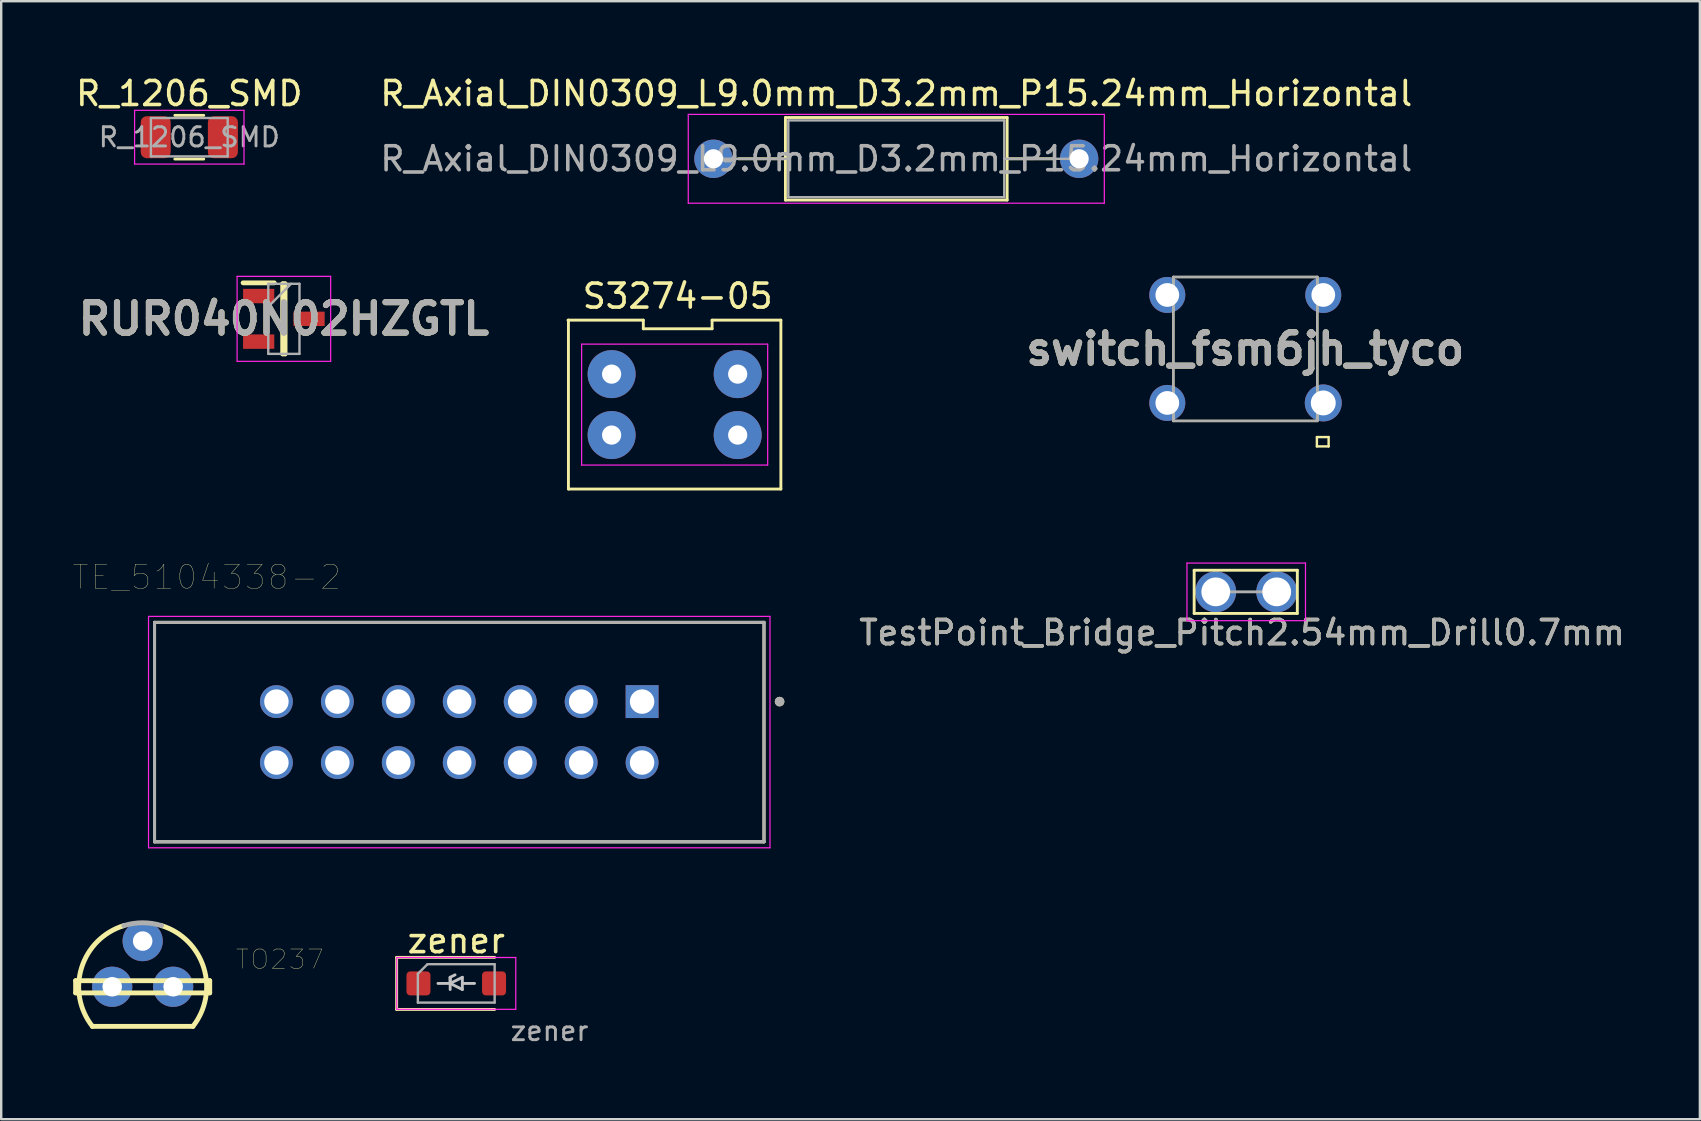
<source format=kicad_pcb>
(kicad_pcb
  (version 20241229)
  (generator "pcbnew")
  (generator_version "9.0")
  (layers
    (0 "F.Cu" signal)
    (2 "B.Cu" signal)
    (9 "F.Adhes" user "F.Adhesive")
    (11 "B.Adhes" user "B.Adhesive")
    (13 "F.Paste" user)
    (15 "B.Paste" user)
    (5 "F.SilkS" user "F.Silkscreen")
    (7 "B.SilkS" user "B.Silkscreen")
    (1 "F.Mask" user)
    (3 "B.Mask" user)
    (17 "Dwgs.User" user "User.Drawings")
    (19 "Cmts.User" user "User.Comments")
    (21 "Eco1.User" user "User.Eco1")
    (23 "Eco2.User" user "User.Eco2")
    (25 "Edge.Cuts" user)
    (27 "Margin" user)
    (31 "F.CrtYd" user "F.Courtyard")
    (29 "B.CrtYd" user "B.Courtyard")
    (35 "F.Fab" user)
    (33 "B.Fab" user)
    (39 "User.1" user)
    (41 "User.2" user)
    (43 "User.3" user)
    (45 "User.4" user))
  (footprint "S3274-05"
    (layer "F.Cu")
    (at 36.243 14.447)
    (property "Reference" "S3274-05" (at -11.049 -5.155 0) (layer "F.SilkS") (effects (font (size 1 1) (thickness 0.15))))
    (attr through_hole)
    (fp_line (start -15.603 -4.155) (end -15.603 2.885) (stroke (width 0.12) (type solid)) (layer "F.SilkS"))
    (fp_line (start -15.603 2.885) (end -6.749 2.885) (stroke (width 0.12) (type solid)) (layer "F.SilkS"))
    (fp_line (start -12.482 -4.155) (end -15.621 -4.155) (stroke (width 0.12) (type solid)) (layer "F.SilkS"))
    (fp_line (start -12.482 -3.795) (end -12.482 -4.155) (stroke (width 0.12) (type solid)) (layer "F.SilkS"))
    (fp_line (start -9.616 -4.155) (end -9.616 -3.795) (stroke (width 0.12) (type solid)) (layer "F.SilkS"))
    (fp_line (start -9.616 -3.795) (end -12.482 -3.795) (stroke (width 0.12) (type solid)) (layer "F.SilkS"))
    (fp_line (start -6.749 -4.155) (end -9.616 -4.155) (stroke (width 0.12) (type solid)) (layer "F.SilkS"))
    (fp_line (start -6.749 2.885) (end -6.749 -4.155) (stroke (width 0.12) (type solid)) (layer "F.SilkS"))
    (fp_line (start -15.053 -3.155) (end -7.299 -3.155) (stroke (width 0.05) (type solid)) (layer "F.CrtYd"))
    (fp_line (start -15.053 1.885) (end -15.053 -3.155) (stroke (width 0.05) (type solid)) (layer "F.CrtYd"))
    (fp_line (start -7.299 -3.155) (end -7.299 1.885) (stroke (width 0.05) (type solid)) (layer "F.CrtYd"))
    (fp_line (start -7.299 1.885) (end -15.053 1.885) (stroke (width 0.05) (type solid)) (layer "F.CrtYd"))
    (pad "1" thru_hole circle (at -13.803 -1.905 270) (size 2 2) (drill 0.8) (layers "*.Cu" "*.Mask"))
    (pad "2" thru_hole circle (at -13.803 0.635 270) (size 2 2) (drill 0.8) (layers "*.Cu" "*.Mask"))
    (pad "3" thru_hole circle (at -8.549 0.635 270) (size 2 2) (drill 0.8) (layers "*.Cu" "*.Mask"))
    (pad "4" thru_hole circle (at -8.549 -1.905 270) (size 2 2) (drill 0.8) (layers "*.Cu" "*.Mask")))
  (footprint "TO237"
    (layer "F.Cu")
    (at 2.896 38.075)
    (property "Reference" "TO237" (at 5.715 -1.143 0) (layer "F.SilkS") (effects (font (size 0.8 0.8) (thickness 0.015))))
    (attr through_hole)
    (fp_line (start -2.794 -0.254) (end 2.794 -0.254) (stroke (width 0.203) (type solid)) (layer "F.SilkS"))
    (fp_line (start -2.794 0.254) (end -2.794 -0.254) (stroke (width 0.203) (type solid)) (layer "F.SilkS"))
    (fp_line (start -2.095 1.651) (end 2.095 1.651) (stroke (width 0.203) (type solid)) (layer "F.SilkS"))
    (fp_line (start 2.794 -0.254) (end 2.794 0.254) (stroke (width 0.203) (type solid)) (layer "F.SilkS"))
    (fp_line (start 2.794 0.254) (end -2.794 0.254) (stroke (width 0.203) (type solid)) (layer "F.SilkS"))
    (fp_arc (start -2.0946 1.651) (mid -2.54634 -0.793276) (end -0.7863 -2.5485) (stroke (width 0.2032) (type solid)) (layer "F.SilkS"))
    (fp_arc (start 0.786299 -2.5484) (mid 2.546275 -0.793203) (end 2.0945 1.651) (stroke (width 0.2032) (type solid)) (layer "F.SilkS"))
    (fp_arc (start -0.7863 -2.5485) (mid 0 -2.667043) (end 0.7863 -2.5485) (stroke (width 0.2032) (type solid)) (layer "F.Fab"))
    (pad "1" thru_hole circle (at 1.27 0) (size 1.676 1.676) (drill 0.813) (layers "*.Cu" "*.Mask"))
    (pad "2" thru_hole circle (at 0 -1.905) (size 1.676 1.676) (drill 0.813) (layers "*.Cu" "*.Mask"))
    (pad "3" thru_hole circle (at -1.27 0) (size 1.676 1.676) (drill 0.813) (layers "*.Cu" "*.Mask")))
  (footprint "R_1206_SMD"
    (layer "F.Cu")
    (at 4.839 2.668)
    (property "Reference" "R_1206_SMD" (at 0 -1.82 0) (layer "F.SilkS") (effects (font (size 1 1) (thickness 0.15))))
    (attr smd)
    (fp_line (start -0.602 -0.91) (end 0.602 -0.91) (stroke (width 0.12) (type solid)) (layer "F.SilkS"))
    (fp_line (start -0.602 0.91) (end 0.602 0.91) (stroke (width 0.12) (type solid)) (layer "F.SilkS"))
    (fp_line (start -2.28 -1.12) (end 2.28 -1.12) (stroke (width 0.05) (type solid)) (layer "F.CrtYd"))
    (fp_line (start -2.28 1.12) (end -2.28 -1.12) (stroke (width 0.05) (type solid)) (layer "F.CrtYd"))
    (fp_line (start 2.28 -1.12) (end 2.28 1.12) (stroke (width 0.05) (type solid)) (layer "F.CrtYd"))
    (fp_line (start 2.28 1.12) (end -2.28 1.12) (stroke (width 0.05) (type solid)) (layer "F.CrtYd"))
    (fp_line (start -1.6 -0.8) (end 1.6 -0.8) (stroke (width 0.1) (type solid)) (layer "F.Fab"))
    (fp_line (start -1.6 0.8) (end -1.6 -0.8) (stroke (width 0.1) (type solid)) (layer "F.Fab"))
    (fp_line (start 1.6 -0.8) (end 1.6 0.8) (stroke (width 0.1) (type solid)) (layer "F.Fab"))
    (fp_line (start 1.6 0.8) (end -1.6 0.8) (stroke (width 0.1) (type solid)) (layer "F.Fab"))
    (fp_text user "${REFERENCE}" (at 0 0 0) (layer "F.Fab") (effects (font (size 0.8 0.8) (thickness 0.12))))
    (pad "1" smd roundrect (at -1.4 0) (size 1.25 1.75) (layers "F.Cu" "F.Mask" "F.Paste") (roundrect_rratio 0.2))
    (pad "2" smd roundrect (at 1.4 0) (size 1.25 1.75) (layers "F.Cu" "F.Mask" "F.Paste") (roundrect_rratio 0.2)))
  (footprint "switch_fsm6jh_tyco"
    (layer "F.Cu")
    (at 48.849 11.493)
    (property "Reference" "switch_fsm6jh_tyco" (at 0 0 0) (layer "F.SilkS") (effects (font (size 1.27 1.27) (thickness 0.254))))
    (attr through_hole)
    (fp_line (start -3 -3) (end 3 -3) (stroke (width 0.1) (type solid)) (layer "F.SilkS"))
    (fp_line (start -3 3) (end -3 -3) (stroke (width 0.1) (type solid)) (layer "F.SilkS"))
    (fp_line (start 2.984 3.672) (end 3.473 3.672) (stroke (width 0.1) (type solid)) (layer "F.SilkS"))
    (fp_line (start 2.984 4.062) (end 2.984 3.672) (stroke (width 0.1) (type solid)) (layer "F.SilkS"))
    (fp_line (start 3 -3) (end 3 3) (stroke (width 0.1) (type solid)) (layer "F.SilkS"))
    (fp_line (start 3 3) (end -3 3) (stroke (width 0.1) (type solid)) (layer "F.SilkS"))
    (fp_line (start 3.473 3.672) (end 3.473 4.062) (stroke (width 0.1) (type solid)) (layer "F.SilkS"))
    (fp_line (start 3.473 4.062) (end 2.984 4.062) (stroke (width 0.1) (type solid)) (layer "F.SilkS"))
    (fp_line (start -3 -3) (end 3 -3) (stroke (width 0.1) (type solid)) (layer "F.Fab"))
    (fp_line (start -3 3) (end -3 -3) (stroke (width 0.1) (type solid)) (layer "F.Fab"))
    (fp_line (start 3 -3) (end 3 3) (stroke (width 0.1) (type solid)) (layer "F.Fab"))
    (fp_line (start 3 3) (end -3 3) (stroke (width 0.1) (type solid)) (layer "F.Fab"))
    (fp_text user "${REFERENCE}" (at 0 0 0) (layer "F.Fab") (effects (font (size 1.27 1.27) (thickness 0.254))))
    (pad "1" thru_hole circle (at 3.25 2.25) (size 1.54 1.54) (drill 1.04) (layers "*.Cu" "*.Mask"))
    (pad "2" thru_hole circle (at -3.25 2.25) (size 1.5 1.5) (drill 0.99) (layers "*.Cu" "*.Mask"))
    (pad "3" thru_hole circle (at 3.25 -2.25) (size 1.5 1.5) (drill 0.99) (layers "*.Cu" "*.Mask"))
    (pad "4" thru_hole circle (at -3.25 -2.25) (size 1.5 1.5) (drill 0.99) (layers "*.Cu" "*.Mask")))
  (footprint "R_Axial_DIN0309_L9.0mm_D3.2mm_P15.24mm_Horizontal"
    (layer "F.Cu")
    (at 26.684 3.568)
    (property "Reference" "R_Axial_DIN0309_L9.0mm_D3.2mm_P15.24mm_Horizontal" (at 7.62 -2.72 0) (layer "F.SilkS") (effects (font (size 1 1) (thickness 0.15))))
    (attr through_hole)
    (fp_line (start 1.04 0) (end 3 0) (stroke (width 0.12) (type solid)) (layer "F.SilkS"))
    (fp_line (start 3 -1.72) (end 3 1.72) (stroke (width 0.12) (type solid)) (layer "F.SilkS"))
    (fp_line (start 3 1.72) (end 12.24 1.72) (stroke (width 0.12) (type solid)) (layer "F.SilkS"))
    (fp_line (start 12.24 -1.72) (end 3 -1.72) (stroke (width 0.12) (type solid)) (layer "F.SilkS"))
    (fp_line (start 12.24 1.72) (end 12.24 -1.72) (stroke (width 0.12) (type solid)) (layer "F.SilkS"))
    (fp_line (start 14.2 0) (end 12.24 0) (stroke (width 0.12) (type solid)) (layer "F.SilkS"))
    (fp_line (start -1.05 -1.85) (end -1.05 1.85) (stroke (width 0.05) (type solid)) (layer "F.CrtYd"))
    (fp_line (start -1.05 1.85) (end 16.29 1.85) (stroke (width 0.05) (type solid)) (layer "F.CrtYd"))
    (fp_line (start 16.29 -1.85) (end -1.05 -1.85) (stroke (width 0.05) (type solid)) (layer "F.CrtYd"))
    (fp_line (start 16.29 1.85) (end 16.29 -1.85) (stroke (width 0.05) (type solid)) (layer "F.CrtYd"))
    (fp_line (start 0 0) (end 3.12 0) (stroke (width 0.1) (type solid)) (layer "F.Fab"))
    (fp_line (start 3.12 -1.6) (end 3.12 1.6) (stroke (width 0.1) (type solid)) (layer "F.Fab"))
    (fp_line (start 3.12 1.6) (end 12.12 1.6) (stroke (width 0.1) (type solid)) (layer "F.Fab"))
    (fp_line (start 12.12 -1.6) (end 3.12 -1.6) (stroke (width 0.1) (type solid)) (layer "F.Fab"))
    (fp_line (start 12.12 1.6) (end 12.12 -1.6) (stroke (width 0.1) (type solid)) (layer "F.Fab"))
    (fp_line (start 15.24 0) (end 12.12 0) (stroke (width 0.1) (type solid)) (layer "F.Fab"))
    (fp_text user "${REFERENCE}" (at 7.62 0 0) (layer "F.Fab") (effects (font (size 1 1) (thickness 0.15))))
    (pad "1" thru_hole circle (at 0 0) (size 1.6 1.6) (drill 0.8) (layers "*.Cu" "*.Mask"))
    (pad "2" thru_hole oval (at 15.24 0) (size 1.6 1.6) (drill 0.8) (layers "*.Cu" "*.Mask")))
  (footprint "RUR040N02HZGTL"
    (layer "F.Cu")
    (at 8.781 10.238)
    (property "Reference" "RUR040N02HZGTL" (at 0 0 0) (layer "F.SilkS") (effects (font (size 1.27 1.27) (thickness 0.254))))
    (attr smd)
    (fp_line (start -1.7 -1.5) (end -0.4 -1.5) (stroke (width 0.2) (type solid)) (layer "F.SilkS"))
    (fp_line (start -0.05 -1.46) (end 0.05 -1.46) (stroke (width 0.2) (type solid)) (layer "F.SilkS"))
    (fp_line (start -0.05 1.46) (end -0.05 -1.46) (stroke (width 0.2) (type solid)) (layer "F.SilkS"))
    (fp_line (start 0.05 -1.46) (end 0.05 1.46) (stroke (width 0.2) (type solid)) (layer "F.SilkS"))
    (fp_line (start 0.05 1.46) (end -0.05 1.46) (stroke (width 0.2) (type solid)) (layer "F.SilkS"))
    (fp_line (start -1.95 -1.77) (end 1.95 -1.77) (stroke (width 0.05) (type solid)) (layer "F.CrtYd"))
    (fp_line (start -1.95 1.77) (end -1.95 -1.77) (stroke (width 0.05) (type solid)) (layer "F.CrtYd"))
    (fp_line (start 1.95 -1.77) (end 1.95 1.77) (stroke (width 0.05) (type solid)) (layer "F.CrtYd"))
    (fp_line (start 1.95 1.77) (end -1.95 1.77) (stroke (width 0.05) (type solid)) (layer "F.CrtYd"))
    (fp_line (start -0.65 -1.46) (end 0.65 -1.46) (stroke (width 0.1) (type solid)) (layer "F.Fab"))
    (fp_line (start -0.65 -0.51) (end 0.3 -1.46) (stroke (width 0.1) (type solid)) (layer "F.Fab"))
    (fp_line (start -0.65 1.46) (end -0.65 -1.46) (stroke (width 0.1) (type solid)) (layer "F.Fab"))
    (fp_line (start 0.65 -1.46) (end 0.65 1.46) (stroke (width 0.1) (type solid)) (layer "F.Fab"))
    (fp_line (start 0.65 1.46) (end -0.65 1.46) (stroke (width 0.1) (type solid)) (layer "F.Fab"))
    (fp_text user "${REFERENCE}" (at 0 0 0) (layer "F.Fab") (effects (font (size 1.27 1.27) (thickness 0.254))))
    (pad "1" smd rect (at -1.05 -0.95 90) (size 0.6 1.3) (layers "F.Cu" "F.Mask" "F.Paste"))
    (pad "2" smd rect (at 1.05 0 90) (size 0.6 1.3) (layers "F.Cu" "F.Mask" "F.Paste"))
    (pad "3" smd rect (at -1.05 0.95 90) (size 0.6 1.3) (layers "F.Cu" "F.Mask" "F.Paste")))
  (footprint "TestPoint_Bridge_Pitch2.54mm_Drill0.7mm"
    (layer "F.Cu")
    (at 47.618 21.616)
    (property "Reference" "TestPoint_Bridge_Pitch2.54mm_Drill0.7mm" (at 1.1 1.7 0) (layer "F.SilkS") (effects (font (size 1 1) (thickness 0.15))))
    (attr through_hole)
    (fp_line (start -0.9 -0.9) (end -0.9 0.9) (stroke (width 0.12) (type solid)) (layer "F.SilkS"))
    (fp_line (start -0.9 -0.9) (end 3.4 -0.9) (stroke (width 0.12) (type solid)) (layer "F.SilkS"))
    (fp_line (start 3.4 0.9) (end -0.9 0.9) (stroke (width 0.12) (type solid)) (layer "F.SilkS"))
    (fp_line (start 3.4 0.9) (end 3.4 -0.9) (stroke (width 0.12) (type solid)) (layer "F.SilkS"))
    (fp_line (start -1.2 -1.2) (end -1.2 1.2) (stroke (width 0.05) (type solid)) (layer "F.CrtYd"))
    (fp_line (start -1.2 -1.2) (end 3.74 -1.2) (stroke (width 0.05) (type solid)) (layer "F.CrtYd"))
    (fp_line (start 3.74 1.2) (end -1.2 1.2) (stroke (width 0.05) (type solid)) (layer "F.CrtYd"))
    (fp_line (start 3.74 1.2) (end 3.74 -1.2) (stroke (width 0.05) (type solid)) (layer "F.CrtYd"))
    (fp_line (start 2.54 0) (end 0 0) (stroke (width 0.12) (type solid)) (layer "F.Fab"))
    (fp_text user "${REFERENCE}" (at 1.1 1.7 0) (layer "F.Fab") (effects (font (size 1 1) (thickness 0.15))))
    (pad "1" thru_hole circle (at 0 0) (size 1.7 1.7) (drill 1.2) (layers "*.Cu" "*.Mask"))
    (pad "2" thru_hole circle (at 2.54 0) (size 1.7 1.7) (drill 1.2) (layers "*.Cu" "*.Mask")))
  (footprint "TE_5104338-2"
    (layer "F.Cu")
    (at 23.71 26.19)
    (property "Reference" "TE_5104338-2" (at -18.145 -5.187 0) (layer "F.SilkS") (effects (font (size 1 1) (thickness 0.015))))
    (attr through_hole)
    (fp_line (start -20.32 5.842) (end -20.32 -3.302) (stroke (width 0.127) (type solid)) (layer "F.SilkS"))
    (fp_line (start 5.08 -3.302) (end -20.32 -3.302) (stroke (width 0.127) (type solid)) (layer "F.SilkS"))
    (fp_line (start 5.08 -3.302) (end 5.08 5.842) (stroke (width 0.127) (type solid)) (layer "F.SilkS"))
    (fp_line (start 5.08 5.842) (end -20.32 5.842) (stroke (width 0.127) (type solid)) (layer "F.SilkS"))
    (fp_circle (center 5.73 0) (end 5.83 0) (stroke (width 0.2) (type solid)) (fill no) (layer "F.SilkS"))
    (fp_line (start -20.57 -3.552) (end 5.33 -3.552) (stroke (width 0.05) (type solid)) (layer "F.CrtYd"))
    (fp_line (start -20.57 6.092) (end -20.57 -3.552) (stroke (width 0.05) (type solid)) (layer "F.CrtYd"))
    (fp_line (start 5.33 -3.552) (end 5.33 6.092) (stroke (width 0.05) (type solid)) (layer "F.CrtYd"))
    (fp_line (start 5.33 6.092) (end -20.57 6.092) (stroke (width 0.05) (type solid)) (layer "F.CrtYd"))
    (fp_line (start -20.32 -3.302) (end 5.08 -3.302) (stroke (width 0.127) (type solid)) (layer "F.Fab"))
    (fp_line (start -20.32 5.842) (end -20.32 -3.302) (stroke (width 0.127) (type solid)) (layer "F.Fab"))
    (fp_line (start -20.32 5.842) (end -20.32 5.842) (stroke (width 0.127) (type solid)) (layer "F.Fab"))
    (fp_line (start -20.32 5.842) (end 5.08 5.842) (stroke (width 0.127) (type solid)) (layer "F.Fab"))
    (fp_line (start 5.08 -3.302) (end 5.08 5.842) (stroke (width 0.127) (type solid)) (layer "F.Fab"))
    (fp_line (start 5.08 5.842) (end -20.32 5.842) (stroke (width 0.127) (type solid)) (layer "F.Fab"))
    (fp_line (start 5.08 5.842) (end 5.08 5.842) (stroke (width 0.127) (type solid)) (layer "F.Fab"))
    (fp_circle (center 5.73 0) (end 5.83 0) (stroke (width 0.2) (type solid)) (fill no) (layer "F.Fab"))
    (pad "1" thru_hole rect (at 0 0) (size 1.37 1.37) (drill 1.02) (layers "*.Cu" "*.Mask"))
    (pad "2" thru_hole circle (at 0 2.54) (size 1.37 1.37) (drill 1.02) (layers "*.Cu" "*.Mask"))
    (pad "3" thru_hole circle (at -2.54 0) (size 1.37 1.37) (drill 1.02) (layers "*.Cu" "*.Mask"))
    (pad "4" thru_hole circle (at -2.54 2.54) (size 1.37 1.37) (drill 1.02) (layers "*.Cu" "*.Mask"))
    (pad "5" thru_hole circle (at -5.08 0) (size 1.37 1.37) (drill 1.02) (layers "*.Cu" "*.Mask"))
    (pad "6" thru_hole circle (at -5.08 2.54) (size 1.37 1.37) (drill 1.02) (layers "*.Cu" "*.Mask"))
    (pad "7" thru_hole circle (at -7.62 0) (size 1.37 1.37) (drill 1.02) (layers "*.Cu" "*.Mask"))
    (pad "8" thru_hole circle (at -7.62 2.54) (size 1.37 1.37) (drill 1.02) (layers "*.Cu" "*.Mask"))
    (pad "9" thru_hole circle (at -10.16 0) (size 1.37 1.37) (drill 1.02) (layers "*.Cu" "*.Mask"))
    (pad "10" thru_hole circle (at -10.16 2.54) (size 1.37 1.37) (drill 1.02) (layers "*.Cu" "*.Mask"))
    (pad "11" thru_hole circle (at -12.7 0) (size 1.37 1.37) (drill 1.02) (layers "*.Cu" "*.Mask"))
    (pad "12" thru_hole circle (at -12.7 2.54) (size 1.37 1.37) (drill 1.02) (layers "*.Cu" "*.Mask"))
    (pad "13" thru_hole circle (at -15.24 0) (size 1.37 1.37) (drill 1.02) (layers "*.Cu" "*.Mask"))
    (pad "14" thru_hole circle (at -15.24 2.54) (size 1.37 1.37) (drill 1.02) (layers "*.Cu" "*.Mask")))
  (footprint "zener"
    (layer "F.Cu")
    (at 15.965 37.935)
    (property "Reference" "zener" (at 0 -1.78 0) (layer "F.SilkS") (effects (font (size 1 1) (thickness 0.15))))
    (attr smd)
    (fp_line (start -2.485 -1.085) (end -2.485 1.085) (stroke (width 0.12) (type solid)) (layer "F.SilkS"))
    (fp_line (start -2.485 1.085) (end 1.6 1.085) (stroke (width 0.12) (type solid)) (layer "F.SilkS"))
    (fp_line (start 1.6 -1.085) (end -2.485 -1.085) (stroke (width 0.12) (type solid)) (layer "F.SilkS"))
    (fp_line (start -0.762 0) (end -0.254 0) (stroke (width 0.12) (type solid)) (layer "Dwgs.User"))
    (fp_line (start -0.254 -0.254) (end -0.254 0.254) (stroke (width 0.12) (type solid)) (layer "Dwgs.User"))
    (fp_line (start -0.254 -0.254) (end -0.051 -0.356) (stroke (width 0.12) (type solid)) (layer "Dwgs.User"))
    (fp_line (start -0.254 0) (end -0.254 -0.254) (stroke (width 0.12) (type solid)) (layer "Dwgs.User"))
    (fp_line (start -0.254 0) (end 0.254 -0.254) (stroke (width 0.12) (type solid)) (layer "Dwgs.User"))
    (fp_line (start 0.254 -0.254) (end 0.254 0.254) (stroke (width 0.12) (type solid)) (layer "Dwgs.User"))
    (fp_line (start 0.254 0) (end 0.762 0) (stroke (width 0.12) (type solid)) (layer "Dwgs.User"))
    (fp_line (start 0.254 0.254) (end -0.254 0) (stroke (width 0.12) (type solid)) (layer "Dwgs.User"))
    (fp_line (start -2.48 -1.08) (end 2.48 -1.08) (stroke (width 0.05) (type solid)) (layer "F.CrtYd"))
    (fp_line (start -2.48 1.08) (end -2.48 -1.08) (stroke (width 0.05) (type solid)) (layer "F.CrtYd"))
    (fp_line (start 2.48 -1.08) (end 2.48 1.08) (stroke (width 0.05) (type solid)) (layer "F.CrtYd"))
    (fp_line (start 2.48 1.08) (end -2.48 1.08) (stroke (width 0.05) (type solid)) (layer "F.CrtYd"))
    (fp_line (start -1.6 -0.4) (end -1.6 0.8) (stroke (width 0.1) (type solid)) (layer "F.Fab"))
    (fp_line (start -1.6 0.8) (end 1.6 0.8) (stroke (width 0.1) (type solid)) (layer "F.Fab"))
    (fp_line (start -1.2 -0.8) (end -1.6 -0.4) (stroke (width 0.1) (type solid)) (layer "F.Fab"))
    (fp_line (start 1.6 -0.8) (end -1.2 -0.8) (stroke (width 0.1) (type solid)) (layer "F.Fab"))
    (fp_line (start 1.6 0.8) (end 1.6 -0.8) (stroke (width 0.1) (type solid)) (layer "F.Fab"))
    (fp_text user "${REFERENCE}" (at 3.886 1.981 0) (layer "F.Fab") (effects (font (size 0.8 0.8) (thickness 0.12))))
    (pad "1" smd roundrect (at -1.575 0) (size 1 1) (layers "F.Cu" "F.Mask" "F.Paste") (roundrect_rratio 0.156))
    (pad "2" smd roundrect (at 1.575 0) (size 1 1) (layers "F.Cu" "F.Mask" "F.Paste") (roundrect_rratio 0.156)))
  (gr_rect
    (start -3 -3)
    (end 67.795 43.595)
    (stroke (width 0.1) (type default))
    (fill no)
    (layer "Edge.Cuts")))
</source>
